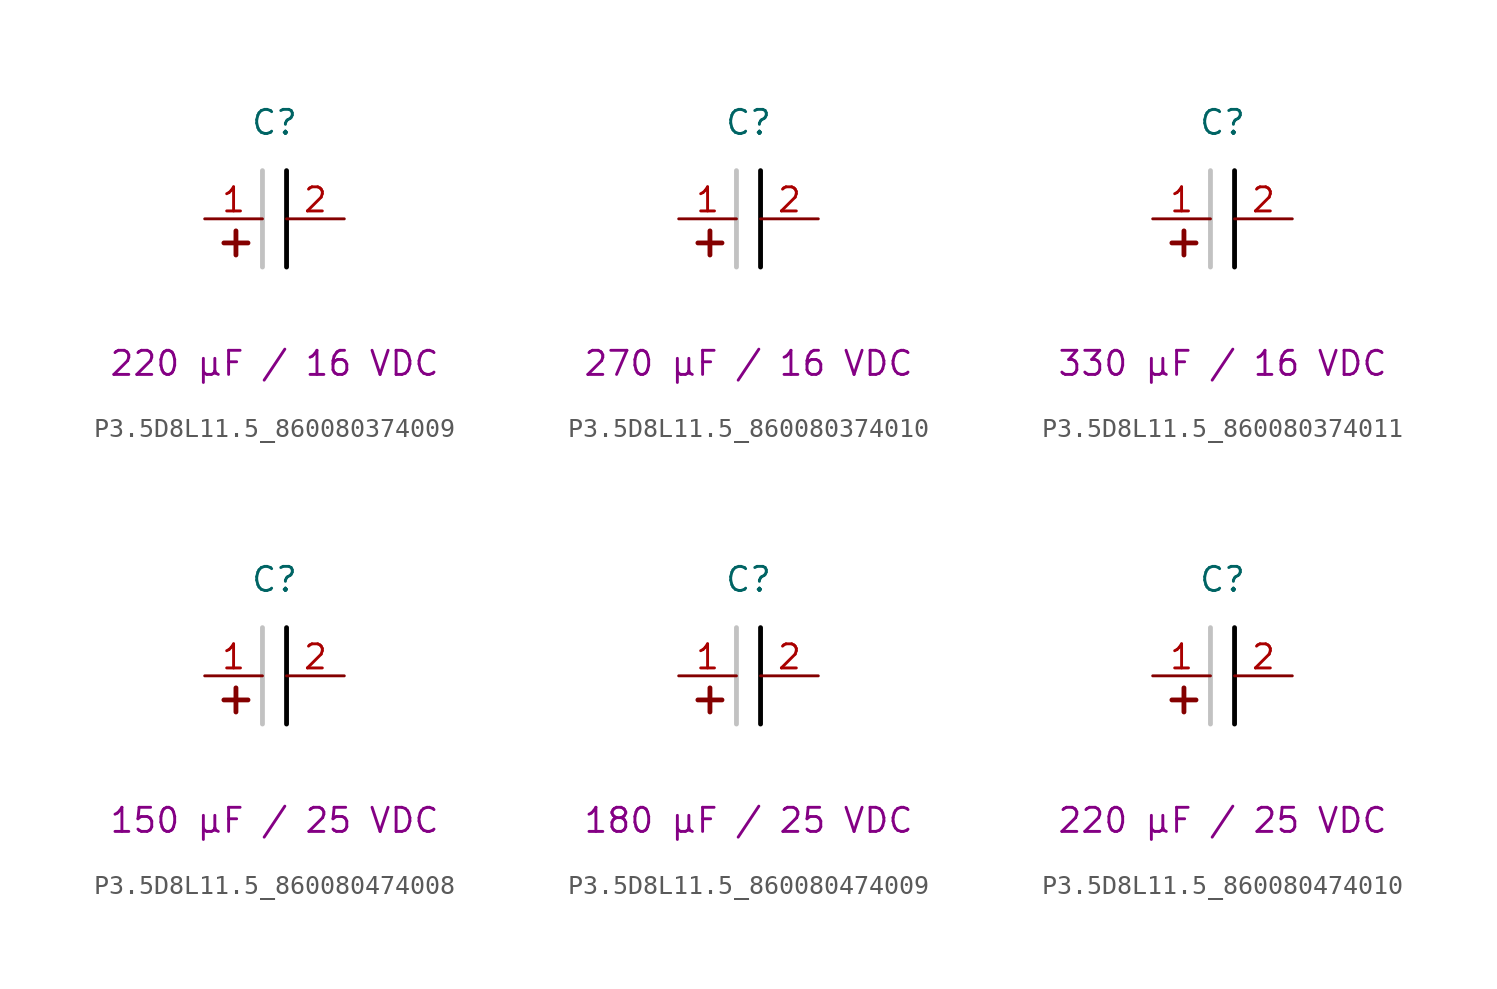
<source format=kicad_sym>
(kicad_symbol_lib
  (version 20220914)
  (generator kicad_symbol_editor)
  (symbol "P3.5D8L11.5_860080374009"
    (pin_names hide)
    (property "Reference" "C"
      (at 0 5.08 0)
      (effects (font (size 1.27 1.27))))
    (property "Critical Parameter" "220 µF / 16 VDC"
      (at 0 -7.62 0)
      (effects (font (size 1.27 1.27))))
    (symbol "P3.5D8L11.5_860080374009_1_1"
      (polyline (pts (xy -2.667 -1.27) (xy -1.397 -1.27)) (stroke (width 0.254) (type default)) (fill (type none)))
      (polyline (pts (xy -2.032 -0.635) (xy -2.032 -1.905)) (stroke (width 0.254) (type default)) (fill (type none)))
      (polyline (pts (xy -0.635 2.54) (xy -0.635 -2.54)) (stroke (width 0.254) (type default) (color 194 194 194 1)) (fill (type none)))
      (polyline (pts (xy 0.635 2.54) (xy 0.635 -2.54)) (stroke (width 0.254) (type default) (color 0 0 0 1)) (fill (type none)))
      (pin passive line (at -3.679 0 0) (length 3.044) (name "1" (effects (font (size 1.27 1.27)))) (number "1" (effects (font (size 1.27 1.27)))))
      (pin passive line (at 3.679 0 180) (length 3.044) (name "2" (effects (font (size 1.27 1.27)))) (number "2" (effects (font (size 1.27 1.27)))))))
  (symbol "P3.5D8L11.5_860080374010"
    (pin_names hide)
    (property "Reference" "C"
      (at 0 5.08 0)
      (effects (font (size 1.27 1.27))))
    (property "Critical Parameter" "270 µF / 16 VDC"
      (at 0 -7.62 0)
      (effects (font (size 1.27 1.27))))
    (symbol "P3.5D8L11.5_860080374010_1_1"
      (polyline (pts (xy -2.667 -1.27) (xy -1.397 -1.27)) (stroke (width 0.254) (type default)) (fill (type none)))
      (polyline (pts (xy -2.032 -0.635) (xy -2.032 -1.905)) (stroke (width 0.254) (type default)) (fill (type none)))
      (polyline (pts (xy -0.635 2.54) (xy -0.635 -2.54)) (stroke (width 0.254) (type default) (color 194 194 194 1)) (fill (type none)))
      (polyline (pts (xy 0.635 2.54) (xy 0.635 -2.54)) (stroke (width 0.254) (type default) (color 0 0 0 1)) (fill (type none)))
      (pin passive line (at -3.679 0 0) (length 3.044) (name "1" (effects (font (size 1.27 1.27)))) (number "1" (effects (font (size 1.27 1.27)))))
      (pin passive line (at 3.679 0 180) (length 3.044) (name "2" (effects (font (size 1.27 1.27)))) (number "2" (effects (font (size 1.27 1.27)))))))
  (symbol "P3.5D8L11.5_860080374011"
    (pin_names hide)
    (property "Reference" "C"
      (at 0 5.08 0)
      (effects (font (size 1.27 1.27))))
    (property "Critical Parameter" "330 µF / 16 VDC"
      (at 0 -7.62 0)
      (effects (font (size 1.27 1.27))))
    (symbol "P3.5D8L11.5_860080374011_1_1"
      (polyline (pts (xy -2.667 -1.27) (xy -1.397 -1.27)) (stroke (width 0.254) (type default)) (fill (type none)))
      (polyline (pts (xy -2.032 -0.635) (xy -2.032 -1.905)) (stroke (width 0.254) (type default)) (fill (type none)))
      (polyline (pts (xy -0.635 2.54) (xy -0.635 -2.54)) (stroke (width 0.254) (type default) (color 194 194 194 1)) (fill (type none)))
      (polyline (pts (xy 0.635 2.54) (xy 0.635 -2.54)) (stroke (width 0.254) (type default) (color 0 0 0 1)) (fill (type none)))
      (pin passive line (at -3.679 0 0) (length 3.044) (name "1" (effects (font (size 1.27 1.27)))) (number "1" (effects (font (size 1.27 1.27)))))
      (pin passive line (at 3.679 0 180) (length 3.044) (name "2" (effects (font (size 1.27 1.27)))) (number "2" (effects (font (size 1.27 1.27)))))))
  (symbol "P3.5D8L11.5_860080474008"
    (pin_names hide)
    (property "Reference" "C"
      (at 0 5.08 0)
      (effects (font (size 1.27 1.27))))
    (property "Critical Parameter" "150 µF / 25 VDC"
      (at 0 -7.62 0)
      (effects (font (size 1.27 1.27))))
    (symbol "P3.5D8L11.5_860080474008_1_1"
      (polyline (pts (xy -2.667 -1.27) (xy -1.397 -1.27)) (stroke (width 0.254) (type default)) (fill (type none)))
      (polyline (pts (xy -2.032 -0.635) (xy -2.032 -1.905)) (stroke (width 0.254) (type default)) (fill (type none)))
      (polyline (pts (xy -0.635 2.54) (xy -0.635 -2.54)) (stroke (width 0.254) (type default) (color 194 194 194 1)) (fill (type none)))
      (polyline (pts (xy 0.635 2.54) (xy 0.635 -2.54)) (stroke (width 0.254) (type default) (color 0 0 0 1)) (fill (type none)))
      (pin passive line (at -3.679 0 0) (length 3.044) (name "1" (effects (font (size 1.27 1.27)))) (number "1" (effects (font (size 1.27 1.27)))))
      (pin passive line (at 3.679 0 180) (length 3.044) (name "2" (effects (font (size 1.27 1.27)))) (number "2" (effects (font (size 1.27 1.27)))))))
  (symbol "P3.5D8L11.5_860080474009"
    (pin_names hide)
    (property "Reference" "C"
      (at 0 5.08 0)
      (effects (font (size 1.27 1.27))))
    (property "Critical Parameter" "180 µF / 25 VDC"
      (at 0 -7.62 0)
      (effects (font (size 1.27 1.27))))
    (symbol "P3.5D8L11.5_860080474009_1_1"
      (polyline (pts (xy -2.667 -1.27) (xy -1.397 -1.27)) (stroke (width 0.254) (type default)) (fill (type none)))
      (polyline (pts (xy -2.032 -0.635) (xy -2.032 -1.905)) (stroke (width 0.254) (type default)) (fill (type none)))
      (polyline (pts (xy -0.635 2.54) (xy -0.635 -2.54)) (stroke (width 0.254) (type default) (color 194 194 194 1)) (fill (type none)))
      (polyline (pts (xy 0.635 2.54) (xy 0.635 -2.54)) (stroke (width 0.254) (type default) (color 0 0 0 1)) (fill (type none)))
      (pin passive line (at -3.679 0 0) (length 3.044) (name "1" (effects (font (size 1.27 1.27)))) (number "1" (effects (font (size 1.27 1.27)))))
      (pin passive line (at 3.679 0 180) (length 3.044) (name "2" (effects (font (size 1.27 1.27)))) (number "2" (effects (font (size 1.27 1.27)))))))
  (symbol "P3.5D8L11.5_860080474010"
    (pin_names hide)
    (property "Reference" "C"
      (at 0 5.08 0)
      (effects (font (size 1.27 1.27))))
    (property "Critical Parameter" "220 µF / 25 VDC"
      (at 0 -7.62 0)
      (effects (font (size 1.27 1.27))))
    (symbol "P3.5D8L11.5_860080474010_1_1"
      (polyline (pts (xy -2.667 -1.27) (xy -1.397 -1.27)) (stroke (width 0.254) (type default)) (fill (type none)))
      (polyline (pts (xy -2.032 -0.635) (xy -2.032 -1.905)) (stroke (width 0.254) (type default)) (fill (type none)))
      (polyline (pts (xy -0.635 2.54) (xy -0.635 -2.54)) (stroke (width 0.254) (type default) (color 194 194 194 1)) (fill (type none)))
      (polyline (pts (xy 0.635 2.54) (xy 0.635 -2.54)) (stroke (width 0.254) (type default) (color 0 0 0 1)) (fill (type none)))
      (pin passive line (at -3.679 0 0) (length 3.044) (name "1" (effects (font (size 1.27 1.27)))) (number "1" (effects (font (size 1.27 1.27)))))
      (pin passive line (at 3.679 0 180) (length 3.044) (name "2" (effects (font (size 1.27 1.27)))) (number "2" (effects (font (size 1.27 1.27))))))))
</source>
